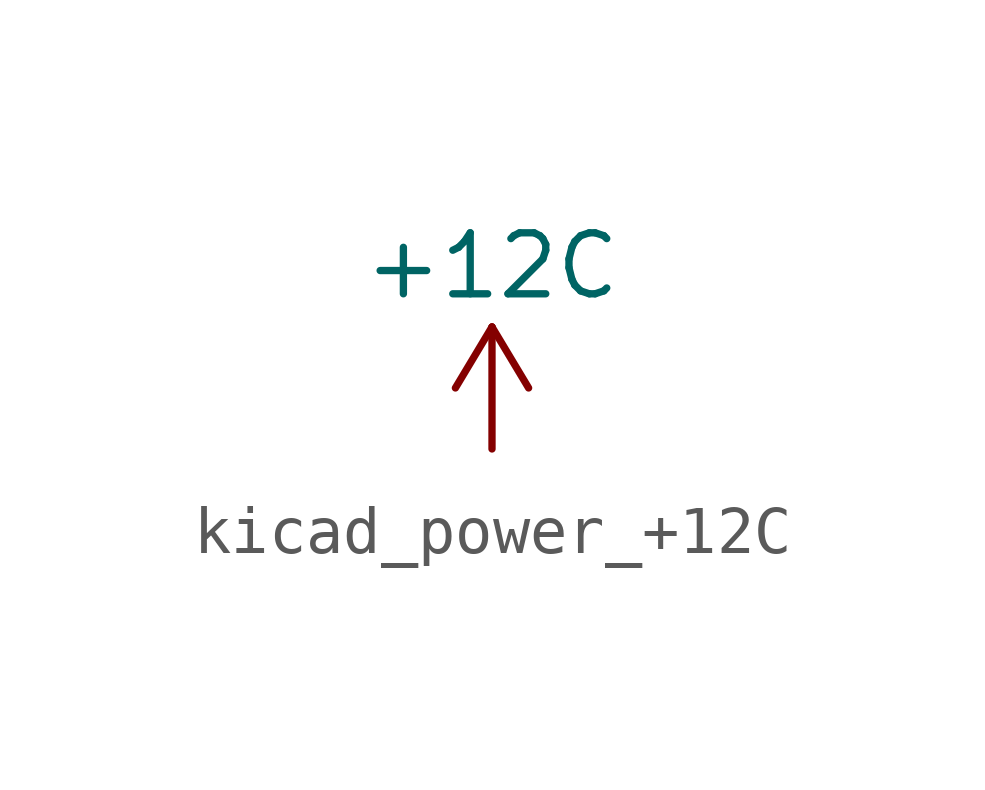
<source format=kicad_sym>
(kicad_symbol_lib
  (version 20220914)
  (generator kicad_symbol_editor)
  (symbol "kicad_power_+12C"
    (power)
    (pin_names
      (offset 0))
    (property "Reference" "#PWR"
      (at 0 -3.81 0)
      (effects (font (size 1.27 1.27)) hide))
    (property "Value" "+12C"
      (at 0 3.81 0)
      (effects (font (size 1.27 1.27))))
    (symbol "kicad_power_+12C_0_1"
      (polyline (pts (xy -0.762 1.27) (xy 0 2.54)) (stroke (width 0) (type default)) (fill (type none)))
      (polyline (pts (xy 0 0) (xy 0 2.54)) (stroke (width 0) (type default)) (fill (type none)))
      (polyline (pts (xy 0 2.54) (xy 0.762 1.27)) (stroke (width 0) (type default)) (fill (type none))))
    (symbol "kicad_power_+12C_1_1"
      (pin power_in line (at 0 0 90) (length 0) hide (name "+12C" (effects (font (size 1.27 1.27)))) (number "1" (effects (font (size 1.27 1.27))))))))
</source>
